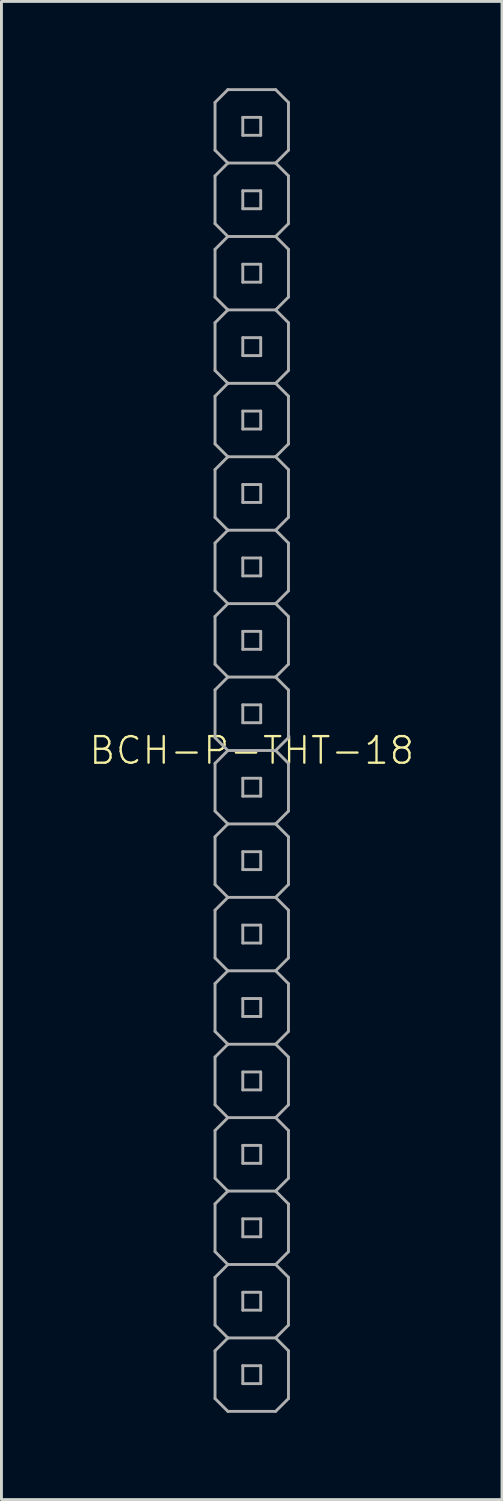
<source format=kicad_pcb>
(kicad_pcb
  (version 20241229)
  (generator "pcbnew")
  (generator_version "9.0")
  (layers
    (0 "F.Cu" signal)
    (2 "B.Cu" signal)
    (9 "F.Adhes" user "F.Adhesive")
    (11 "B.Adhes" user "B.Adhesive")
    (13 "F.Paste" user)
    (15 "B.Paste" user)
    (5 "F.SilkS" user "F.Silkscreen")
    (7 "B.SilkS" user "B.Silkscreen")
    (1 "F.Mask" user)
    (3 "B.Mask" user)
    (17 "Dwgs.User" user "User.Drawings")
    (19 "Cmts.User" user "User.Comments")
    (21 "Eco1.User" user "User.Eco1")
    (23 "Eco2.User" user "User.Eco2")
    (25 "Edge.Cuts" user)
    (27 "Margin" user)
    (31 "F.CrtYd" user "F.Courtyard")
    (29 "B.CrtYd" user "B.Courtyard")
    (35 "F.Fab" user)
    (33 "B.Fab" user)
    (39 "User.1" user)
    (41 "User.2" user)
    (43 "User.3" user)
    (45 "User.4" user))
  (footprint "BCH-P-THT-18"
    (layer "F.Cu")
    (at 5.658 22.91)
    (property "Reference" "BCH-P-THT-18" (at 0 0 0) (unlocked yes) (layer "F.SilkS") (effects (font (size 0.92 0.92) (thickness 0.08))))
    (fp_line (start -1.27 -22.416) (end -1.27 -20.765) (stroke (width 0.1) (type solid)) (layer "F.Fab"))
    (fp_line (start -1.27 -20.765) (end -0.826 -20.32) (stroke (width 0.1) (type solid)) (layer "F.Fab"))
    (fp_line (start -1.27 -19.875) (end -1.27 -18.224) (stroke (width 0.1) (type solid)) (layer "F.Fab"))
    (fp_line (start -1.27 -18.224) (end -0.826 -17.78) (stroke (width 0.1) (type solid)) (layer "F.Fab"))
    (fp_line (start -1.27 -17.335) (end -1.27 -15.684) (stroke (width 0.1) (type solid)) (layer "F.Fab"))
    (fp_line (start -1.27 -15.684) (end -0.826 -15.24) (stroke (width 0.1) (type solid)) (layer "F.Fab"))
    (fp_line (start -1.27 -14.796) (end -1.27 -13.145) (stroke (width 0.1) (type solid)) (layer "F.Fab"))
    (fp_line (start -1.27 -13.145) (end -0.826 -12.7) (stroke (width 0.1) (type solid)) (layer "F.Fab"))
    (fp_line (start -1.27 -12.255) (end -1.27 -10.604) (stroke (width 0.1) (type solid)) (layer "F.Fab"))
    (fp_line (start -1.27 -10.604) (end -0.826 -10.16) (stroke (width 0.1) (type solid)) (layer "F.Fab"))
    (fp_line (start -1.27 -9.716) (end -1.27 -8.065) (stroke (width 0.1) (type solid)) (layer "F.Fab"))
    (fp_line (start -1.27 -8.065) (end -0.826 -7.62) (stroke (width 0.1) (type solid)) (layer "F.Fab"))
    (fp_line (start -1.27 -7.176) (end -1.27 -5.524) (stroke (width 0.1) (type solid)) (layer "F.Fab"))
    (fp_line (start -1.27 -5.524) (end -0.826 -5.08) (stroke (width 0.1) (type solid)) (layer "F.Fab"))
    (fp_line (start -1.27 -4.636) (end -1.27 -2.985) (stroke (width 0.1) (type solid)) (layer "F.Fab"))
    (fp_line (start -1.27 -2.985) (end -0.826 -2.54) (stroke (width 0.1) (type solid)) (layer "F.Fab"))
    (fp_line (start -1.27 -2.095) (end -1.27 -0.445) (stroke (width 0.1) (type solid)) (layer "F.Fab"))
    (fp_line (start -1.27 -0.445) (end -0.826 0) (stroke (width 0.1) (type solid)) (layer "F.Fab"))
    (fp_line (start -1.27 0.445) (end -1.27 2.095) (stroke (width 0.1) (type solid)) (layer "F.Fab"))
    (fp_line (start -1.27 2.095) (end -0.826 2.54) (stroke (width 0.1) (type solid)) (layer "F.Fab"))
    (fp_line (start -1.27 2.985) (end -1.27 4.636) (stroke (width 0.1) (type solid)) (layer "F.Fab"))
    (fp_line (start -1.27 4.636) (end -0.826 5.08) (stroke (width 0.1) (type solid)) (layer "F.Fab"))
    (fp_line (start -1.27 5.524) (end -1.27 7.176) (stroke (width 0.1) (type solid)) (layer "F.Fab"))
    (fp_line (start -1.27 7.176) (end -0.826 7.62) (stroke (width 0.1) (type solid)) (layer "F.Fab"))
    (fp_line (start -1.27 8.065) (end -1.27 9.716) (stroke (width 0.1) (type solid)) (layer "F.Fab"))
    (fp_line (start -1.27 9.716) (end -0.826 10.16) (stroke (width 0.1) (type solid)) (layer "F.Fab"))
    (fp_line (start -1.27 10.604) (end -1.27 12.255) (stroke (width 0.1) (type solid)) (layer "F.Fab"))
    (fp_line (start -1.27 12.255) (end -0.826 12.7) (stroke (width 0.1) (type solid)) (layer "F.Fab"))
    (fp_line (start -1.27 13.145) (end -1.27 14.796) (stroke (width 0.1) (type solid)) (layer "F.Fab"))
    (fp_line (start -1.27 14.796) (end -0.826 15.24) (stroke (width 0.1) (type solid)) (layer "F.Fab"))
    (fp_line (start -1.27 15.684) (end -1.27 17.335) (stroke (width 0.1) (type solid)) (layer "F.Fab"))
    (fp_line (start -1.27 17.335) (end -0.826 17.78) (stroke (width 0.1) (type solid)) (layer "F.Fab"))
    (fp_line (start -1.27 18.224) (end -1.27 19.875) (stroke (width 0.1) (type solid)) (layer "F.Fab"))
    (fp_line (start -1.27 19.875) (end -0.826 20.32) (stroke (width 0.1) (type solid)) (layer "F.Fab"))
    (fp_line (start -1.27 20.765) (end -1.27 22.416) (stroke (width 0.1) (type solid)) (layer "F.Fab"))
    (fp_line (start -1.27 22.416) (end -0.826 22.86) (stroke (width 0.1) (type solid)) (layer "F.Fab"))
    (fp_line (start -0.826 -22.86) (end -1.27 -22.416) (stroke (width 0.1) (type solid)) (layer "F.Fab"))
    (fp_line (start -0.826 -22.86) (end 0.826 -22.86) (stroke (width 0.1) (type solid)) (layer "F.Fab"))
    (fp_line (start -0.826 -20.32) (end -1.27 -19.875) (stroke (width 0.1) (type solid)) (layer "F.Fab"))
    (fp_line (start -0.826 -20.32) (end 0.826 -20.32) (stroke (width 0.1) (type solid)) (layer "F.Fab"))
    (fp_line (start -0.826 -17.78) (end -1.27 -17.335) (stroke (width 0.1) (type solid)) (layer "F.Fab"))
    (fp_line (start -0.826 -15.24) (end -1.27 -14.796) (stroke (width 0.1) (type solid)) (layer "F.Fab"))
    (fp_line (start -0.826 -12.7) (end -1.27 -12.255) (stroke (width 0.1) (type solid)) (layer "F.Fab"))
    (fp_line (start -0.826 -10.16) (end -1.27 -9.716) (stroke (width 0.1) (type solid)) (layer "F.Fab"))
    (fp_line (start -0.826 -7.62) (end -1.27 -7.176) (stroke (width 0.1) (type solid)) (layer "F.Fab"))
    (fp_line (start -0.826 -5.08) (end -1.27 -4.636) (stroke (width 0.1) (type solid)) (layer "F.Fab"))
    (fp_line (start -0.826 -2.54) (end -1.27 -2.095) (stroke (width 0.1) (type solid)) (layer "F.Fab"))
    (fp_line (start -0.826 0) (end -1.27 0.445) (stroke (width 0.1) (type solid)) (layer "F.Fab"))
    (fp_line (start -0.826 2.54) (end -1.27 2.985) (stroke (width 0.1) (type solid)) (layer "F.Fab"))
    (fp_line (start -0.826 5.08) (end -1.27 5.524) (stroke (width 0.1) (type solid)) (layer "F.Fab"))
    (fp_line (start -0.826 7.62) (end -1.27 8.065) (stroke (width 0.1) (type solid)) (layer "F.Fab"))
    (fp_line (start -0.826 10.16) (end -1.27 10.604) (stroke (width 0.1) (type solid)) (layer "F.Fab"))
    (fp_line (start -0.826 12.7) (end -1.27 13.145) (stroke (width 0.1) (type solid)) (layer "F.Fab"))
    (fp_line (start -0.826 15.24) (end -1.27 15.684) (stroke (width 0.1) (type solid)) (layer "F.Fab"))
    (fp_line (start -0.826 17.78) (end -1.27 18.224) (stroke (width 0.1) (type solid)) (layer "F.Fab"))
    (fp_line (start -0.826 20.32) (end -1.27 20.765) (stroke (width 0.1) (type solid)) (layer "F.Fab"))
    (fp_line (start -0.31 -21.9) (end -0.31 -21.28) (stroke (width 0.1) (type solid)) (layer "F.Fab"))
    (fp_line (start -0.31 -21.28) (end 0.31 -21.28) (stroke (width 0.1) (type solid)) (layer "F.Fab"))
    (fp_line (start -0.31 -19.36) (end -0.31 -18.74) (stroke (width 0.1) (type solid)) (layer "F.Fab"))
    (fp_line (start -0.31 -18.74) (end 0.31 -18.74) (stroke (width 0.1) (type solid)) (layer "F.Fab"))
    (fp_line (start -0.31 -16.82) (end -0.31 -16.2) (stroke (width 0.1) (type solid)) (layer "F.Fab"))
    (fp_line (start -0.31 -16.2) (end 0.31 -16.2) (stroke (width 0.1) (type solid)) (layer "F.Fab"))
    (fp_line (start -0.31 -14.28) (end -0.31 -13.66) (stroke (width 0.1) (type solid)) (layer "F.Fab"))
    (fp_line (start -0.31 -13.66) (end 0.31 -13.66) (stroke (width 0.1) (type solid)) (layer "F.Fab"))
    (fp_line (start -0.31 -11.74) (end -0.31 -11.12) (stroke (width 0.1) (type solid)) (layer "F.Fab"))
    (fp_line (start -0.31 -11.12) (end 0.31 -11.12) (stroke (width 0.1) (type solid)) (layer "F.Fab"))
    (fp_line (start -0.31 -9.2) (end -0.31 -8.58) (stroke (width 0.1) (type solid)) (layer "F.Fab"))
    (fp_line (start -0.31 -8.58) (end 0.31 -8.58) (stroke (width 0.1) (type solid)) (layer "F.Fab"))
    (fp_line (start -0.31 -6.66) (end -0.31 -6.04) (stroke (width 0.1) (type solid)) (layer "F.Fab"))
    (fp_line (start -0.31 -6.04) (end 0.31 -6.04) (stroke (width 0.1) (type solid)) (layer "F.Fab"))
    (fp_line (start -0.31 -4.12) (end -0.31 -3.5) (stroke (width 0.1) (type solid)) (layer "F.Fab"))
    (fp_line (start -0.31 -3.5) (end 0.31 -3.5) (stroke (width 0.1) (type solid)) (layer "F.Fab"))
    (fp_line (start -0.31 -1.58) (end -0.31 -0.96) (stroke (width 0.1) (type solid)) (layer "F.Fab"))
    (fp_line (start -0.31 -0.96) (end 0.31 -0.96) (stroke (width 0.1) (type solid)) (layer "F.Fab"))
    (fp_line (start -0.31 0.96) (end -0.31 1.58) (stroke (width 0.1) (type solid)) (layer "F.Fab"))
    (fp_line (start -0.31 1.58) (end 0.31 1.58) (stroke (width 0.1) (type solid)) (layer "F.Fab"))
    (fp_line (start -0.31 3.5) (end -0.31 4.12) (stroke (width 0.1) (type solid)) (layer "F.Fab"))
    (fp_line (start -0.31 4.12) (end 0.31 4.12) (stroke (width 0.1) (type solid)) (layer "F.Fab"))
    (fp_line (start -0.31 6.04) (end -0.31 6.66) (stroke (width 0.1) (type solid)) (layer "F.Fab"))
    (fp_line (start -0.31 6.66) (end 0.31 6.66) (stroke (width 0.1) (type solid)) (layer "F.Fab"))
    (fp_line (start -0.31 8.58) (end -0.31 9.2) (stroke (width 0.1) (type solid)) (layer "F.Fab"))
    (fp_line (start -0.31 9.2) (end 0.31 9.2) (stroke (width 0.1) (type solid)) (layer "F.Fab"))
    (fp_line (start -0.31 11.12) (end -0.31 11.74) (stroke (width 0.1) (type solid)) (layer "F.Fab"))
    (fp_line (start -0.31 11.74) (end 0.31 11.74) (stroke (width 0.1) (type solid)) (layer "F.Fab"))
    (fp_line (start -0.31 13.66) (end -0.31 14.28) (stroke (width 0.1) (type solid)) (layer "F.Fab"))
    (fp_line (start -0.31 14.28) (end 0.31 14.28) (stroke (width 0.1) (type solid)) (layer "F.Fab"))
    (fp_line (start -0.31 16.2) (end -0.31 16.82) (stroke (width 0.1) (type solid)) (layer "F.Fab"))
    (fp_line (start -0.31 16.82) (end 0.31 16.82) (stroke (width 0.1) (type solid)) (layer "F.Fab"))
    (fp_line (start -0.31 18.74) (end -0.31 19.36) (stroke (width 0.1) (type solid)) (layer "F.Fab"))
    (fp_line (start -0.31 19.36) (end 0.31 19.36) (stroke (width 0.1) (type solid)) (layer "F.Fab"))
    (fp_line (start -0.31 21.28) (end -0.31 21.9) (stroke (width 0.1) (type solid)) (layer "F.Fab"))
    (fp_line (start -0.31 21.9) (end 0.31 21.9) (stroke (width 0.1) (type solid)) (layer "F.Fab"))
    (fp_line (start 0.31 -21.9) (end -0.31 -21.9) (stroke (width 0.1) (type solid)) (layer "F.Fab"))
    (fp_line (start 0.31 -21.28) (end 0.31 -21.9) (stroke (width 0.1) (type solid)) (layer "F.Fab"))
    (fp_line (start 0.31 -19.36) (end -0.31 -19.36) (stroke (width 0.1) (type solid)) (layer "F.Fab"))
    (fp_line (start 0.31 -18.74) (end 0.31 -19.36) (stroke (width 0.1) (type solid)) (layer "F.Fab"))
    (fp_line (start 0.31 -16.82) (end -0.31 -16.82) (stroke (width 0.1) (type solid)) (layer "F.Fab"))
    (fp_line (start 0.31 -16.2) (end 0.31 -16.82) (stroke (width 0.1) (type solid)) (layer "F.Fab"))
    (fp_line (start 0.31 -14.28) (end -0.31 -14.28) (stroke (width 0.1) (type solid)) (layer "F.Fab"))
    (fp_line (start 0.31 -13.66) (end 0.31 -14.28) (stroke (width 0.1) (type solid)) (layer "F.Fab"))
    (fp_line (start 0.31 -11.74) (end -0.31 -11.74) (stroke (width 0.1) (type solid)) (layer "F.Fab"))
    (fp_line (start 0.31 -11.12) (end 0.31 -11.74) (stroke (width 0.1) (type solid)) (layer "F.Fab"))
    (fp_line (start 0.31 -9.2) (end -0.31 -9.2) (stroke (width 0.1) (type solid)) (layer "F.Fab"))
    (fp_line (start 0.31 -8.58) (end 0.31 -9.2) (stroke (width 0.1) (type solid)) (layer "F.Fab"))
    (fp_line (start 0.31 -6.66) (end -0.31 -6.66) (stroke (width 0.1) (type solid)) (layer "F.Fab"))
    (fp_line (start 0.31 -6.04) (end 0.31 -6.66) (stroke (width 0.1) (type solid)) (layer "F.Fab"))
    (fp_line (start 0.31 -4.12) (end -0.31 -4.12) (stroke (width 0.1) (type solid)) (layer "F.Fab"))
    (fp_line (start 0.31 -3.5) (end 0.31 -4.12) (stroke (width 0.1) (type solid)) (layer "F.Fab"))
    (fp_line (start 0.31 -1.58) (end -0.31 -1.58) (stroke (width 0.1) (type solid)) (layer "F.Fab"))
    (fp_line (start 0.31 -0.96) (end 0.31 -1.58) (stroke (width 0.1) (type solid)) (layer "F.Fab"))
    (fp_line (start 0.31 0.96) (end -0.31 0.96) (stroke (width 0.1) (type solid)) (layer "F.Fab"))
    (fp_line (start 0.31 1.58) (end 0.31 0.96) (stroke (width 0.1) (type solid)) (layer "F.Fab"))
    (fp_line (start 0.31 3.5) (end -0.31 3.5) (stroke (width 0.1) (type solid)) (layer "F.Fab"))
    (fp_line (start 0.31 4.12) (end 0.31 3.5) (stroke (width 0.1) (type solid)) (layer "F.Fab"))
    (fp_line (start 0.31 6.04) (end -0.31 6.04) (stroke (width 0.1) (type solid)) (layer "F.Fab"))
    (fp_line (start 0.31 6.66) (end 0.31 6.04) (stroke (width 0.1) (type solid)) (layer "F.Fab"))
    (fp_line (start 0.31 8.58) (end -0.31 8.58) (stroke (width 0.1) (type solid)) (layer "F.Fab"))
    (fp_line (start 0.31 9.2) (end 0.31 8.58) (stroke (width 0.1) (type solid)) (layer "F.Fab"))
    (fp_line (start 0.31 11.12) (end -0.31 11.12) (stroke (width 0.1) (type solid)) (layer "F.Fab"))
    (fp_line (start 0.31 11.74) (end 0.31 11.12) (stroke (width 0.1) (type solid)) (layer "F.Fab"))
    (fp_line (start 0.31 13.66) (end -0.31 13.66) (stroke (width 0.1) (type solid)) (layer "F.Fab"))
    (fp_line (start 0.31 14.28) (end 0.31 13.66) (stroke (width 0.1) (type solid)) (layer "F.Fab"))
    (fp_line (start 0.31 16.2) (end -0.31 16.2) (stroke (width 0.1) (type solid)) (layer "F.Fab"))
    (fp_line (start 0.31 16.82) (end 0.31 16.2) (stroke (width 0.1) (type solid)) (layer "F.Fab"))
    (fp_line (start 0.31 18.74) (end -0.31 18.74) (stroke (width 0.1) (type solid)) (layer "F.Fab"))
    (fp_line (start 0.31 19.36) (end 0.31 18.74) (stroke (width 0.1) (type solid)) (layer "F.Fab"))
    (fp_line (start 0.31 21.28) (end -0.31 21.28) (stroke (width 0.1) (type solid)) (layer "F.Fab"))
    (fp_line (start 0.31 21.9) (end 0.31 21.28) (stroke (width 0.1) (type solid)) (layer "F.Fab"))
    (fp_line (start 0.826 -20.32) (end 1.27 -20.765) (stroke (width 0.1) (type solid)) (layer "F.Fab"))
    (fp_line (start 0.826 -17.78) (end -0.826 -17.78) (stroke (width 0.1) (type solid)) (layer "F.Fab"))
    (fp_line (start 0.826 -17.78) (end 1.27 -18.224) (stroke (width 0.1) (type solid)) (layer "F.Fab"))
    (fp_line (start 0.826 -15.24) (end -0.826 -15.24) (stroke (width 0.1) (type solid)) (layer "F.Fab"))
    (fp_line (start 0.826 -15.24) (end 1.27 -15.684) (stroke (width 0.1) (type solid)) (layer "F.Fab"))
    (fp_line (start 0.826 -12.7) (end -0.826 -12.7) (stroke (width 0.1) (type solid)) (layer "F.Fab"))
    (fp_line (start 0.826 -12.7) (end 1.27 -13.145) (stroke (width 0.1) (type solid)) (layer "F.Fab"))
    (fp_line (start 0.826 -10.16) (end -0.826 -10.16) (stroke (width 0.1) (type solid)) (layer "F.Fab"))
    (fp_line (start 0.826 -10.16) (end 1.27 -10.604) (stroke (width 0.1) (type solid)) (layer "F.Fab"))
    (fp_line (start 0.826 -7.62) (end -0.826 -7.62) (stroke (width 0.1) (type solid)) (layer "F.Fab"))
    (fp_line (start 0.826 -7.62) (end 1.27 -8.065) (stroke (width 0.1) (type solid)) (layer "F.Fab"))
    (fp_line (start 0.826 -5.08) (end -0.826 -5.08) (stroke (width 0.1) (type solid)) (layer "F.Fab"))
    (fp_line (start 0.826 -5.08) (end 1.27 -5.524) (stroke (width 0.1) (type solid)) (layer "F.Fab"))
    (fp_line (start 0.826 -2.54) (end -0.826 -2.54) (stroke (width 0.1) (type solid)) (layer "F.Fab"))
    (fp_line (start 0.826 -2.54) (end 1.27 -2.985) (stroke (width 0.1) (type solid)) (layer "F.Fab"))
    (fp_line (start 0.826 0) (end -0.826 0) (stroke (width 0.1) (type solid)) (layer "F.Fab"))
    (fp_line (start 0.826 0) (end 1.27 -0.445) (stroke (width 0.1) (type solid)) (layer "F.Fab"))
    (fp_line (start 0.826 2.54) (end -0.826 2.54) (stroke (width 0.1) (type solid)) (layer "F.Fab"))
    (fp_line (start 0.826 2.54) (end 1.27 2.095) (stroke (width 0.1) (type solid)) (layer "F.Fab"))
    (fp_line (start 0.826 5.08) (end -0.826 5.08) (stroke (width 0.1) (type solid)) (layer "F.Fab"))
    (fp_line (start 0.826 5.08) (end 1.27 4.636) (stroke (width 0.1) (type solid)) (layer "F.Fab"))
    (fp_line (start 0.826 7.62) (end -0.826 7.62) (stroke (width 0.1) (type solid)) (layer "F.Fab"))
    (fp_line (start 0.826 7.62) (end 1.27 7.176) (stroke (width 0.1) (type solid)) (layer "F.Fab"))
    (fp_line (start 0.826 10.16) (end -0.826 10.16) (stroke (width 0.1) (type solid)) (layer "F.Fab"))
    (fp_line (start 0.826 10.16) (end 1.27 9.716) (stroke (width 0.1) (type solid)) (layer "F.Fab"))
    (fp_line (start 0.826 12.7) (end -0.826 12.7) (stroke (width 0.1) (type solid)) (layer "F.Fab"))
    (fp_line (start 0.826 12.7) (end 1.27 12.255) (stroke (width 0.1) (type solid)) (layer "F.Fab"))
    (fp_line (start 0.826 15.24) (end -0.826 15.24) (stroke (width 0.1) (type solid)) (layer "F.Fab"))
    (fp_line (start 0.826 15.24) (end 1.27 14.796) (stroke (width 0.1) (type solid)) (layer "F.Fab"))
    (fp_line (start 0.826 17.78) (end -0.826 17.78) (stroke (width 0.1) (type solid)) (layer "F.Fab"))
    (fp_line (start 0.826 17.78) (end 1.27 17.335) (stroke (width 0.1) (type solid)) (layer "F.Fab"))
    (fp_line (start 0.826 20.32) (end -0.826 20.32) (stroke (width 0.1) (type solid)) (layer "F.Fab"))
    (fp_line (start 0.826 20.32) (end 1.27 19.875) (stroke (width 0.1) (type solid)) (layer "F.Fab"))
    (fp_line (start 0.826 22.86) (end -0.826 22.86) (stroke (width 0.1) (type solid)) (layer "F.Fab"))
    (fp_line (start 0.826 22.86) (end 1.27 22.416) (stroke (width 0.1) (type solid)) (layer "F.Fab"))
    (fp_line (start 1.27 -22.416) (end 0.826 -22.86) (stroke (width 0.1) (type solid)) (layer "F.Fab"))
    (fp_line (start 1.27 -20.765) (end 1.27 -22.416) (stroke (width 0.1) (type solid)) (layer "F.Fab"))
    (fp_line (start 1.27 -19.875) (end 0.826 -20.32) (stroke (width 0.1) (type solid)) (layer "F.Fab"))
    (fp_line (start 1.27 -18.224) (end 1.27 -19.875) (stroke (width 0.1) (type solid)) (layer "F.Fab"))
    (fp_line (start 1.27 -17.335) (end 0.826 -17.78) (stroke (width 0.1) (type solid)) (layer "F.Fab"))
    (fp_line (start 1.27 -15.684) (end 1.27 -17.335) (stroke (width 0.1) (type solid)) (layer "F.Fab"))
    (fp_line (start 1.27 -14.796) (end 0.826 -15.24) (stroke (width 0.1) (type solid)) (layer "F.Fab"))
    (fp_line (start 1.27 -13.145) (end 1.27 -14.796) (stroke (width 0.1) (type solid)) (layer "F.Fab"))
    (fp_line (start 1.27 -12.255) (end 0.826 -12.7) (stroke (width 0.1) (type solid)) (layer "F.Fab"))
    (fp_line (start 1.27 -10.604) (end 1.27 -12.255) (stroke (width 0.1) (type solid)) (layer "F.Fab"))
    (fp_line (start 1.27 -9.716) (end 0.826 -10.16) (stroke (width 0.1) (type solid)) (layer "F.Fab"))
    (fp_line (start 1.27 -8.065) (end 1.27 -9.716) (stroke (width 0.1) (type solid)) (layer "F.Fab"))
    (fp_line (start 1.27 -7.176) (end 0.826 -7.62) (stroke (width 0.1) (type solid)) (layer "F.Fab"))
    (fp_line (start 1.27 -5.524) (end 1.27 -7.176) (stroke (width 0.1) (type solid)) (layer "F.Fab"))
    (fp_line (start 1.27 -4.636) (end 0.826 -5.08) (stroke (width 0.1) (type solid)) (layer "F.Fab"))
    (fp_line (start 1.27 -2.985) (end 1.27 -4.636) (stroke (width 0.1) (type solid)) (layer "F.Fab"))
    (fp_line (start 1.27 -2.095) (end 0.826 -2.54) (stroke (width 0.1) (type solid)) (layer "F.Fab"))
    (fp_line (start 1.27 -0.445) (end 1.27 -2.095) (stroke (width 0.1) (type solid)) (layer "F.Fab"))
    (fp_line (start 1.27 0.445) (end 0.826 0) (stroke (width 0.1) (type solid)) (layer "F.Fab"))
    (fp_line (start 1.27 2.095) (end 1.27 0.445) (stroke (width 0.1) (type solid)) (layer "F.Fab"))
    (fp_line (start 1.27 2.985) (end 0.826 2.54) (stroke (width 0.1) (type solid)) (layer "F.Fab"))
    (fp_line (start 1.27 4.636) (end 1.27 2.985) (stroke (width 0.1) (type solid)) (layer "F.Fab"))
    (fp_line (start 1.27 5.524) (end 0.826 5.08) (stroke (width 0.1) (type solid)) (layer "F.Fab"))
    (fp_line (start 1.27 7.176) (end 1.27 5.524) (stroke (width 0.1) (type solid)) (layer "F.Fab"))
    (fp_line (start 1.27 8.065) (end 0.826 7.62) (stroke (width 0.1) (type solid)) (layer "F.Fab"))
    (fp_line (start 1.27 9.716) (end 1.27 8.065) (stroke (width 0.1) (type solid)) (layer "F.Fab"))
    (fp_line (start 1.27 10.604) (end 0.826 10.16) (stroke (width 0.1) (type solid)) (layer "F.Fab"))
    (fp_line (start 1.27 12.255) (end 1.27 10.604) (stroke (width 0.1) (type solid)) (layer "F.Fab"))
    (fp_line (start 1.27 13.145) (end 0.826 12.7) (stroke (width 0.1) (type solid)) (layer "F.Fab"))
    (fp_line (start 1.27 14.796) (end 1.27 13.145) (stroke (width 0.1) (type solid)) (layer "F.Fab"))
    (fp_line (start 1.27 15.684) (end 0.826 15.24) (stroke (width 0.1) (type solid)) (layer "F.Fab"))
    (fp_line (start 1.27 17.335) (end 1.27 15.684) (stroke (width 0.1) (type solid)) (layer "F.Fab"))
    (fp_line (start 1.27 18.224) (end 0.826 17.78) (stroke (width 0.1) (type solid)) (layer "F.Fab"))
    (fp_line (start 1.27 19.875) (end 1.27 18.224) (stroke (width 0.1) (type solid)) (layer "F.Fab"))
    (fp_line (start 1.27 20.765) (end 0.826 20.32) (stroke (width 0.1) (type solid)) (layer "F.Fab"))
    (fp_line (start 1.27 22.416) (end 1.27 20.765) (stroke (width 0.1) (type solid)) (layer "F.Fab")))
  (gr_rect
    (start -3 -3)
    (end 14.315 48.82)
    (stroke (width 0.1) (type default))
    (fill no)
    (layer "Edge.Cuts")))
</source>
